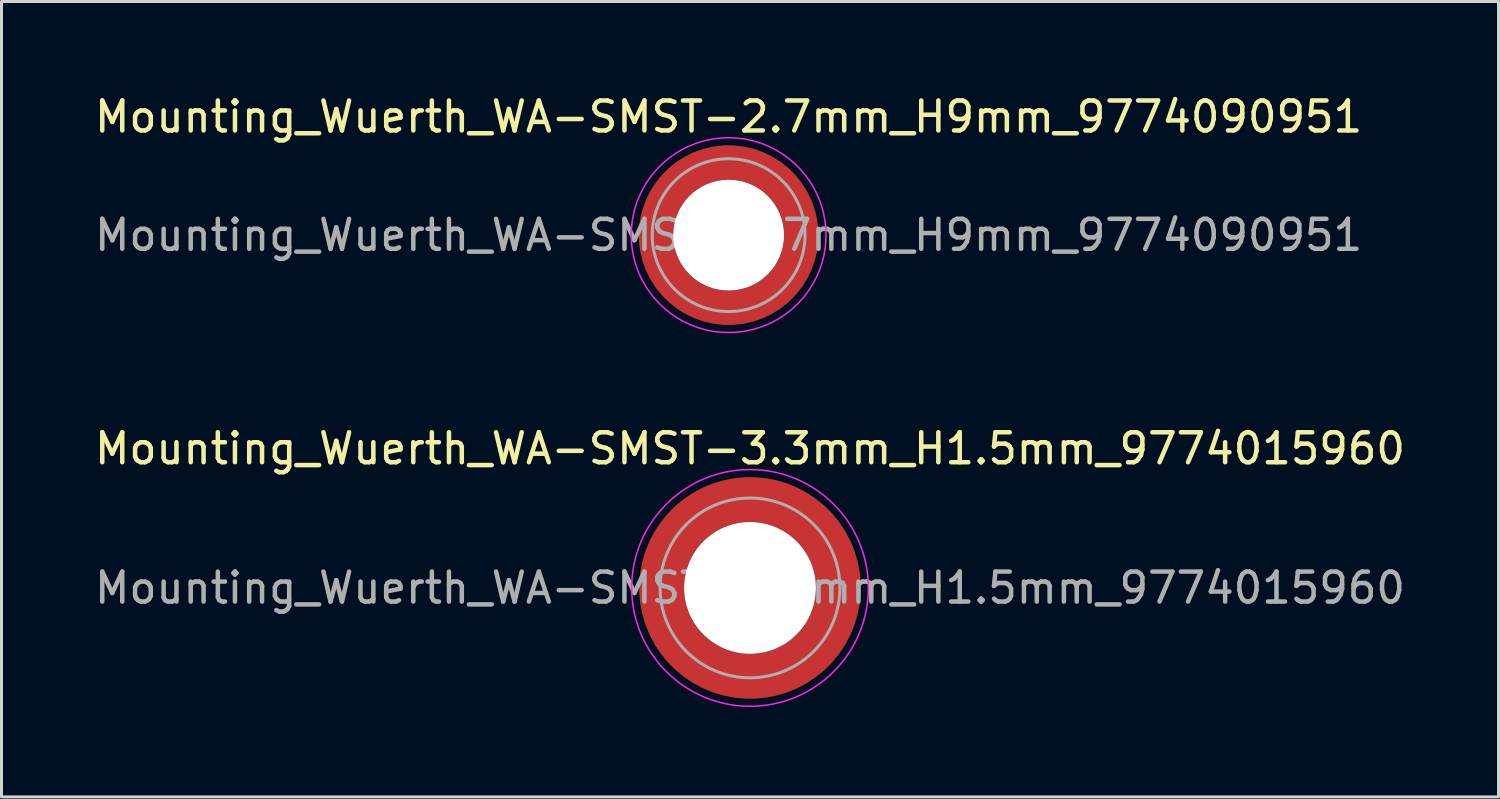
<source format=kicad_pcb>
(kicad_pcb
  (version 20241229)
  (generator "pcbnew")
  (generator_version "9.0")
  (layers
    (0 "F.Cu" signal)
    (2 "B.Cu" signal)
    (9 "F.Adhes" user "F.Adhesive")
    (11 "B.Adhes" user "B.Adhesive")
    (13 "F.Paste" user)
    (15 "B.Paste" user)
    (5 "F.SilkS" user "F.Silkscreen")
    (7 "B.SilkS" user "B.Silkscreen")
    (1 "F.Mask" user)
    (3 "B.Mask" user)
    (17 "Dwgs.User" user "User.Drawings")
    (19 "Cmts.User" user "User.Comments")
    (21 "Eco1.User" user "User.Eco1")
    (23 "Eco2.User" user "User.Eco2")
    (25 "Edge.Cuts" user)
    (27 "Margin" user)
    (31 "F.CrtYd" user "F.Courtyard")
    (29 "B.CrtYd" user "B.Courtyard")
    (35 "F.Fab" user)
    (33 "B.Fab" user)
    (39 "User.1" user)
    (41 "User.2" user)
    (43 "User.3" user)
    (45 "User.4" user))
  (footprint "Mounting_Wuerth_WA-SMST-2.7mm_H9mm_9774090951"
    (layer "F.Cu")
    (at 21.268 4.798)
    (property "Reference" "Mounting_Wuerth_WA-SMST-2.7mm_H9mm_9774090951" (at 0 -3.95 0) (layer "F.SilkS") (effects (font (size 1 1) (thickness 0.15))))
    (attr smd)
    (fp_circle (center 0 0) (end 3.25 0) (stroke (width 0.05) (type solid)) (fill no) (layer "F.CrtYd"))
    (fp_circle (center 0 0) (end 2.55 0) (stroke (width 0.1) (type solid)) (fill no) (layer "F.Fab"))
    (fp_text user "${REFERENCE}" (at 0 0 0) (layer "F.Fab") (effects (font (size 1 1) (thickness 0.15))))
    (pad "" smd custom (at -1.704 -1.704) (size 0.62 0.62) (layers "F.Paste") (options (anchor circle)) (primitives (gr_arc (start -0.250195 1.279127) (mid 0.289146 0.290681) (end 1.277006 -0.249732) (width 0.2)) (gr_arc (start -0.34334 1.279127) (mid 0.224883 0.226093) (end 1.277452 -0.342992) (width 0.2)) (gr_arc (start -0.436309 1.279127) (mid 0.160537 0.16159) (end 1.277666 -0.436018) (width 0.2)) (gr_arc (start -0.529126 1.279127) (mid 0.095932 0.097343) (end 1.277167 -0.528752) (width 0.2)) (gr_arc (start -0.621807 1.279127) (mid 0.0309 0.033527) (end 1.275473 -0.621136) (width 0.2)) (gr_arc (start -0.71437 1.279127) (mid -0.03322 -0.031206) (end 1.276322 -0.713875) (width 0.2)) (gr_arc (start -0.806826 1.279127) (mid -0.097997 -0.095278) (end 1.275336 -0.806181) (width 0.2)) (gr_arc (start -0.899187 1.279127) (mid -0.161977 -0.160149) (end 1.276577 -0.898769) (width 0.2)) (gr_arc (start -0.991463 1.279127) (mid -0.226842 -0.224133) (end 1.275343 -0.990864) (width 0.2)) (gr_arc (start -1.083663 1.279127) (mid -0.291026 -0.288801) (end 1.276016 -1.083187) (width 0.2)) (gr_line (start 1.279 -0.25) (end 1.279 -1.084) (width 0.2)) (gr_line (start -0.25 1.279) (end -1.084 1.279) (width 0.2))))
    (pad "" smd custom (at -1.704 1.704) (size 0.62 0.62) (layers "F.Paste") (options (anchor circle)) (primitives (gr_arc (start 1.279127 0.250195) (mid 0.290681 -0.289146) (end -0.249732 -1.277006) (width 0.2)) (gr_arc (start 1.279127 0.34334) (mid 0.226093 -0.224883) (end -0.342992 -1.277452) (width 0.2)) (gr_arc (start 1.279127 0.436309) (mid 0.16159 -0.160537) (end -0.436018 -1.277666) (width 0.2)) (gr_arc (start 1.279127 0.529126) (mid 0.097343 -0.095932) (end -0.528752 -1.277167) (width 0.2)) (gr_arc (start 1.279127 0.621807) (mid 0.033527 -0.0309) (end -0.621136 -1.275473) (width 0.2)) (gr_arc (start 1.279127 0.71437) (mid -0.031206 0.03322) (end -0.713875 -1.276322) (width 0.2)) (gr_arc (start 1.279127 0.806826) (mid -0.095278 0.097997) (end -0.806181 -1.275336) (width 0.2)) (gr_arc (start 1.279127 0.899187) (mid -0.160149 0.161977) (end -0.898769 -1.276577) (width 0.2)) (gr_arc (start 1.279127 0.991463) (mid -0.224133 0.226842) (end -0.990864 -1.275343) (width 0.2)) (gr_arc (start 1.279127 1.083663) (mid -0.288801 0.291026) (end -1.083187 -1.276016) (width 0.2)) (gr_line (start -0.25 -1.279) (end -1.084 -1.279) (width 0.2)) (gr_line (start 1.279 0.25) (end 1.279 1.084) (width 0.2))))
    (pad "" np_thru_hole circle (at 0 0) (size 3.7 3.7) (drill 3.7) (layers "*.Cu" "*.Mask"))
    (pad "" smd custom (at 1.704 -1.704) (size 0.62 0.62) (layers "F.Paste") (options (anchor circle)) (primitives (gr_arc (start -1.279127 -0.250195) (mid -0.290681 0.289146) (end 0.249732 1.277006) (width 0.2)) (gr_arc (start -1.279127 -0.34334) (mid -0.226093 0.224883) (end 0.342992 1.277452) (width 0.2)) (gr_arc (start -1.279127 -0.436309) (mid -0.16159 0.160537) (end 0.436018 1.277666) (width 0.2)) (gr_arc (start -1.279127 -0.529126) (mid -0.097343 0.095932) (end 0.528752 1.277167) (width 0.2)) (gr_arc (start -1.279127 -0.621807) (mid -0.033527 0.0309) (end 0.621136 1.275473) (width 0.2)) (gr_arc (start -1.279127 -0.71437) (mid 0.031206 -0.03322) (end 0.713875 1.276322) (width 0.2)) (gr_arc (start -1.279127 -0.806826) (mid 0.095278 -0.097997) (end 0.806181 1.275336) (width 0.2)) (gr_arc (start -1.279127 -0.899187) (mid 0.160149 -0.161977) (end 0.898769 1.276577) (width 0.2)) (gr_arc (start -1.279127 -0.991463) (mid 0.224133 -0.226842) (end 0.990864 1.275343) (width 0.2)) (gr_arc (start -1.279127 -1.083663) (mid 0.288801 -0.291026) (end 1.083187 1.276016) (width 0.2)) (gr_line (start 0.25 1.279) (end 1.084 1.279) (width 0.2)) (gr_line (start -1.279 -0.25) (end -1.279 -1.084) (width 0.2))))
    (pad "" smd custom (at 1.704 1.704) (size 0.62 0.62) (layers "F.Paste") (options (anchor circle)) (primitives (gr_arc (start 0.250195 -1.279127) (mid -0.289146 -0.290681) (end -1.277006 0.249732) (width 0.2)) (gr_arc (start 0.34334 -1.279127) (mid -0.224883 -0.226093) (end -1.277452 0.342992) (width 0.2)) (gr_arc (start 0.436309 -1.279127) (mid -0.160537 -0.16159) (end -1.277666 0.436018) (width 0.2)) (gr_arc (start 0.529126 -1.279127) (mid -0.095932 -0.097343) (end -1.277167 0.528752) (width 0.2)) (gr_arc (start 0.621807 -1.279127) (mid -0.0309 -0.033527) (end -1.275473 0.621136) (width 0.2)) (gr_arc (start 0.71437 -1.279127) (mid 0.03322 0.031206) (end -1.276322 0.713875) (width 0.2)) (gr_arc (start 0.806826 -1.279127) (mid 0.097997 0.095278) (end -1.275336 0.806181) (width 0.2)) (gr_arc (start 0.899187 -1.279127) (mid 0.161977 0.160149) (end -1.276577 0.898769) (width 0.2)) (gr_arc (start 0.991463 -1.279127) (mid 0.226842 0.224133) (end -1.275343 0.990864) (width 0.2)) (gr_arc (start 1.083663 -1.279127) (mid 0.291026 0.288801) (end -1.276016 1.083187) (width 0.2)) (gr_line (start -1.279 0.25) (end -1.279 1.084) (width 0.2)) (gr_line (start 0.25 -1.279) (end 1.084 -1.279) (width 0.2))))
    (pad "1" smd circle (at -2.425 0) (size 0.75 0.75) (layers "F.Cu"))
    (pad "1" smd circle (at 0 -2.425) (size 0.75 0.75) (layers "F.Cu"))
    (pad "1" smd circle (at 0 2.425) (size 0.75 0.75) (layers "F.Cu"))
    (pad "1" smd custom (at 2.425 0) (size 0.75 0.75) (layers "F.Cu" "F.Mask") (options (anchor circle)) (primitives (gr_circle (center -2.425 0) (end 0 0) (width 1.15) (fill no)))))
  (footprint "Mounting_Wuerth_WA-SMST-3.3mm_H1.5mm_9774015960"
    (layer "F.Cu")
    (at 21.982 16.572)
    (property "Reference" "Mounting_Wuerth_WA-SMST-3.3mm_H1.5mm_9774015960" (at 0 -4.65 0) (layer "F.SilkS") (effects (font (size 1 1) (thickness 0.15))))
    (attr smd)
    (fp_circle (center 0 0) (end 3.95 0) (stroke (width 0.05) (type solid)) (fill no) (layer "F.CrtYd"))
    (fp_circle (center 0 0) (end 3 0) (stroke (width 0.1) (type solid)) (fill no) (layer "F.Fab"))
    (fp_text user "${REFERENCE}" (at 0 0 0) (layer "F.Fab") (effects (font (size 1 1) (thickness 0.15))))
    (pad "" smd custom (at -2.058 -2.058) (size 0.7 0.7) (layers "F.Paste") (options (anchor circle)) (primitives (gr_arc (start -0.377294 1.707681) (mid 0.317579 0.318817) (end 1.705947 -0.377044) (width 0.2)) (gr_arc (start -0.478281 1.707681) (mid 0.246161 0.248814) (end 1.703965 -0.477765) (width 0.2)) (gr_arc (start -0.579192 1.707681) (mid 0.175492 0.178063) (end 1.704077 -0.578711) (width 0.2)) (gr_arc (start -0.680037 1.707681) (mid 0.105568 0.106564) (end 1.706284 -0.679858) (width 0.2)) (gr_arc (start -0.780822 1.707681) (mid 0.034627 0.036085) (end 1.705634 -0.780569) (width 0.2)) (gr_arc (start -0.881554 1.707681) (mid -0.035694 -0.035016) (end 1.706729 -0.881441) (width 0.2)) (gr_arc (start -0.982237 1.707681) (mid -0.107281 -0.10485) (end 1.704266 -0.981842) (width 0.2)) (gr_arc (start -1.082877 1.707681) (mid -0.178372 -0.175181) (end 1.703197 -1.082374) (width 0.2)) (gr_arc (start -1.183476 1.707681) (mid -0.248964 -0.246008) (end 1.703525 -1.183025) (width 0.2)) (gr_arc (start -1.28404 1.707681) (mid -0.319062 -0.317333) (end 1.70525 -1.283784) (width 0.2)) (gr_line (start 1.708 -0.377) (end 1.708 -1.284) (width 0.2)) (gr_line (start -0.377 1.708) (end -1.284 1.708) (width 0.2))))
    (pad "" smd custom (at -2.058 2.058) (size 0.7 0.7) (layers "F.Paste") (options (anchor circle)) (primitives (gr_arc (start 1.707681 0.377294) (mid 0.318817 -0.317579) (end -0.377044 -1.705947) (width 0.2)) (gr_arc (start 1.707681 0.478281) (mid 0.248814 -0.246161) (end -0.477765 -1.703965) (width 0.2)) (gr_arc (start 1.707681 0.579192) (mid 0.178063 -0.175492) (end -0.578711 -1.704077) (width 0.2)) (gr_arc (start 1.707681 0.680037) (mid 0.106564 -0.105568) (end -0.679858 -1.706284) (width 0.2)) (gr_arc (start 1.707681 0.780822) (mid 0.036085 -0.034627) (end -0.780569 -1.705634) (width 0.2)) (gr_arc (start 1.707681 0.881554) (mid -0.035016 0.035694) (end -0.881441 -1.706729) (width 0.2)) (gr_arc (start 1.707681 0.982237) (mid -0.10485 0.107281) (end -0.981842 -1.704266) (width 0.2)) (gr_arc (start 1.707681 1.082877) (mid -0.175181 0.178372) (end -1.082374 -1.703197) (width 0.2)) (gr_arc (start 1.707681 1.183476) (mid -0.246008 0.248964) (end -1.183025 -1.703525) (width 0.2)) (gr_arc (start 1.707681 1.28404) (mid -0.317333 0.319062) (end -1.283784 -1.70525) (width 0.2)) (gr_line (start -0.377 -1.708) (end -1.284 -1.708) (width 0.2)) (gr_line (start 1.708 0.377) (end 1.708 1.284) (width 0.2))))
    (pad "" np_thru_hole circle (at 0 0) (size 4.4 4.4) (drill 4.4) (layers "*.Cu" "*.Mask"))
    (pad "" smd custom (at 2.058 -2.058) (size 0.7 0.7) (layers "F.Paste") (options (anchor circle)) (primitives (gr_arc (start -1.707681 -0.377294) (mid -0.318817 0.317579) (end 0.377044 1.705947) (width 0.2)) (gr_arc (start -1.707681 -0.478281) (mid -0.248814 0.246161) (end 0.477765 1.703965) (width 0.2)) (gr_arc (start -1.707681 -0.579192) (mid -0.178063 0.175492) (end 0.578711 1.704077) (width 0.2)) (gr_arc (start -1.707681 -0.680037) (mid -0.106564 0.105568) (end 0.679858 1.706284) (width 0.2)) (gr_arc (start -1.707681 -0.780822) (mid -0.036085 0.034627) (end 0.780569 1.705634) (width 0.2)) (gr_arc (start -1.707681 -0.881554) (mid 0.035016 -0.035694) (end 0.881441 1.706729) (width 0.2)) (gr_arc (start -1.707681 -0.982237) (mid 0.10485 -0.107281) (end 0.981842 1.704266) (width 0.2)) (gr_arc (start -1.707681 -1.082877) (mid 0.175181 -0.178372) (end 1.082374 1.703197) (width 0.2)) (gr_arc (start -1.707681 -1.183476) (mid 0.246008 -0.248964) (end 1.183025 1.703525) (width 0.2)) (gr_arc (start -1.707681 -1.28404) (mid 0.317333 -0.319062) (end 1.283784 1.70525) (width 0.2)) (gr_line (start 0.377 1.708) (end 1.284 1.708) (width 0.2)) (gr_line (start -1.708 -0.377) (end -1.708 -1.284) (width 0.2))))
    (pad "" smd custom (at 2.058 2.058) (size 0.7 0.7) (layers "F.Paste") (options (anchor circle)) (primitives (gr_arc (start 0.377294 -1.707681) (mid -0.317579 -0.318817) (end -1.705947 0.377044) (width 0.2)) (gr_arc (start 0.478281 -1.707681) (mid -0.246161 -0.248814) (end -1.703965 0.477765) (width 0.2)) (gr_arc (start 0.579192 -1.707681) (mid -0.175492 -0.178063) (end -1.704077 0.578711) (width 0.2)) (gr_arc (start 0.680037 -1.707681) (mid -0.105568 -0.106564) (end -1.706284 0.679858) (width 0.2)) (gr_arc (start 0.780822 -1.707681) (mid -0.034627 -0.036085) (end -1.705634 0.780569) (width 0.2)) (gr_arc (start 0.881554 -1.707681) (mid 0.035694 0.035016) (end -1.706729 0.881441) (width 0.2)) (gr_arc (start 0.982237 -1.707681) (mid 0.107281 0.10485) (end -1.704266 0.981842) (width 0.2)) (gr_arc (start 1.082877 -1.707681) (mid 0.178372 0.175181) (end -1.703197 1.082374) (width 0.2)) (gr_arc (start 1.183476 -1.707681) (mid 0.248964 0.246008) (end -1.703525 1.183025) (width 0.2)) (gr_arc (start 1.28404 -1.707681) (mid 0.319062 0.317333) (end -1.70525 1.283784) (width 0.2)) (gr_line (start -1.708 0.377) (end -1.708 1.284) (width 0.2)) (gr_line (start 0.377 -1.708) (end 1.284 -1.708) (width 0.2))))
    (pad "1" smd circle (at -2.95 0) (size 1.1 1.1) (layers "F.Cu"))
    (pad "1" smd circle (at 0 -2.95) (size 1.1 1.1) (layers "F.Cu"))
    (pad "1" smd circle (at 0 2.95) (size 1.1 1.1) (layers "F.Cu"))
    (pad "1" smd custom (at 2.95 0) (size 1.1 1.1) (layers "F.Cu" "F.Mask") (options (anchor circle)) (primitives (gr_circle (center -2.95 0) (end 0 0) (width 1.5) (fill no)))))
  (gr_rect
    (start -3 -3)
    (end 46.964 23.547)
    (stroke (width 0.1) (type default))
    (fill no)
    (layer "Edge.Cuts")))
</source>
